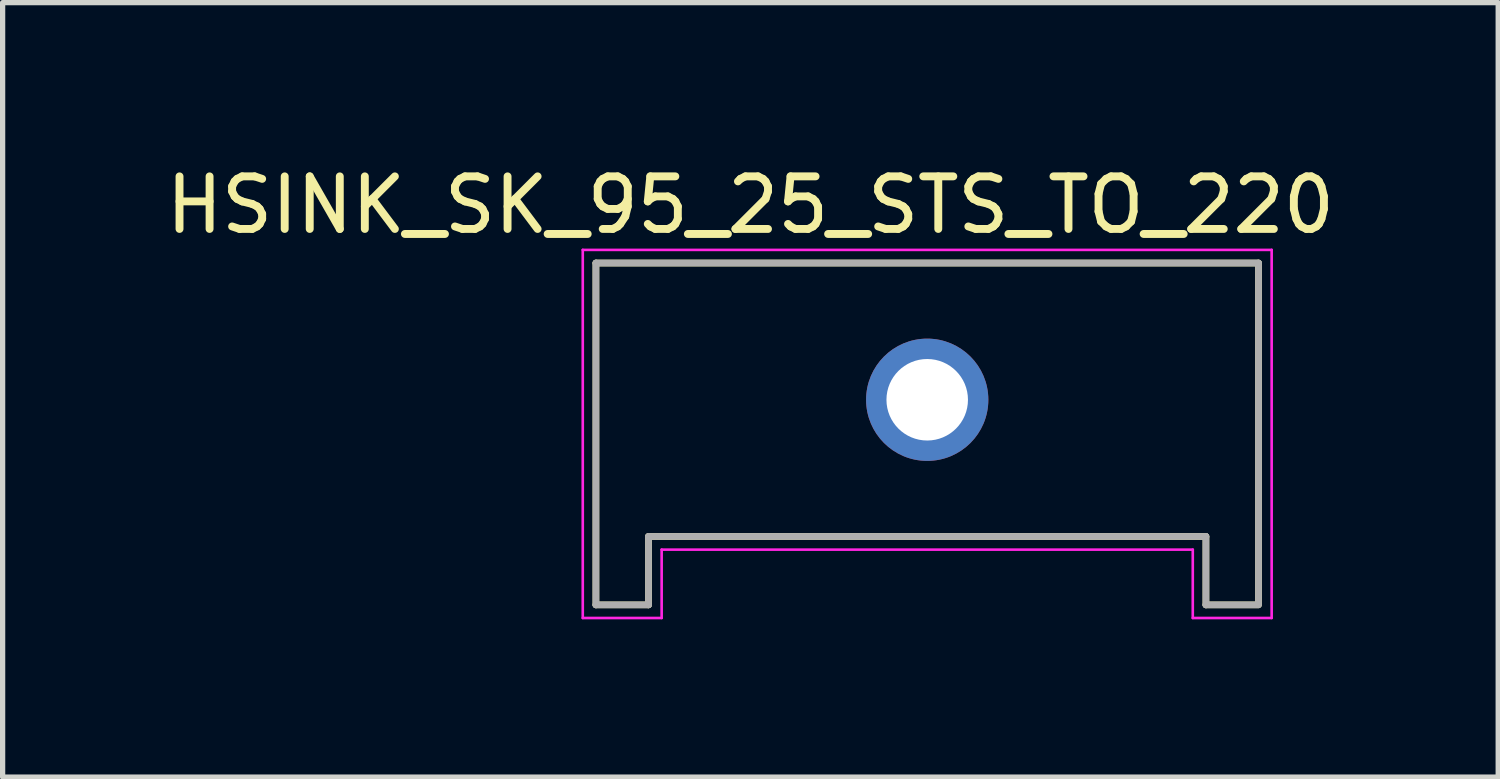
<source format=kicad_pcb>
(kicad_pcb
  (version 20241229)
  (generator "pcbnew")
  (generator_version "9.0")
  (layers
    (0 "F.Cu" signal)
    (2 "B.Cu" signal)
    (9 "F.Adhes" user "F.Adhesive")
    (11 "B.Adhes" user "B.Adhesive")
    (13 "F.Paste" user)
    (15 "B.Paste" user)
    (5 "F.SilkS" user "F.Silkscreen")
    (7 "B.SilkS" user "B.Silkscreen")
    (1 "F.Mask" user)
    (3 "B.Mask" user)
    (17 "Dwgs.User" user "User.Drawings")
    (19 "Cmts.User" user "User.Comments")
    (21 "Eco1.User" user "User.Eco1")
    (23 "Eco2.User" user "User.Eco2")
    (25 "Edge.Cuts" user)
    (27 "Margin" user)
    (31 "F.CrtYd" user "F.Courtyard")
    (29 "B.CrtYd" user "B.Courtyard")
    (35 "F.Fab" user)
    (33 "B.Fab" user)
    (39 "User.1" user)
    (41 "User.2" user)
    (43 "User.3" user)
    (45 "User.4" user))
  (footprint "HSINK_SK_95_25_STS_TO_220"
    (layer "F.Cu")
    (at 14.582 4.552)
    (property "Reference" "HSINK_SK_95_25_STS_TO_220" (at -3.361 -3.703 0) (layer "F.SilkS") (effects (font (size 1 1) (thickness 0.15))))
    (attr through_hole)
    (fp_line (start -6.3 -2.6) (end 6.3 -2.6) (stroke (width 0.127) (type solid)) (layer "F.SilkS"))
    (fp_line (start -6.3 3.9) (end -6.3 -2.6) (stroke (width 0.127) (type solid)) (layer "F.SilkS"))
    (fp_line (start -5.3 2.6) (end 5.3 2.6) (stroke (width 0.127) (type solid)) (layer "F.SilkS"))
    (fp_line (start -5.3 3.9) (end -6.3 3.9) (stroke (width 0.127) (type solid)) (layer "F.SilkS"))
    (fp_line (start -5.3 3.9) (end -5.3 2.6) (stroke (width 0.127) (type solid)) (layer "F.SilkS"))
    (fp_line (start 5.3 3.9) (end 5.3 2.6) (stroke (width 0.127) (type solid)) (layer "F.SilkS"))
    (fp_line (start 5.3 3.9) (end 6.3 3.9) (stroke (width 0.127) (type solid)) (layer "F.SilkS"))
    (fp_line (start 6.3 -2.6) (end 6.3 3.87) (stroke (width 0.127) (type solid)) (layer "F.SilkS"))
    (fp_line (start -6.55 -2.85) (end -6.55 4.15) (stroke (width 0.05) (type solid)) (layer "F.CrtYd"))
    (fp_line (start -6.55 -2.85) (end 6.55 -2.85) (stroke (width 0.05) (type solid)) (layer "F.CrtYd"))
    (fp_line (start -6.55 4.15) (end -5.05 4.15) (stroke (width 0.05) (type solid)) (layer "F.CrtYd"))
    (fp_line (start -5.05 2.85) (end 5.05 2.85) (stroke (width 0.05) (type solid)) (layer "F.CrtYd"))
    (fp_line (start -5.05 4.15) (end -5.05 2.85) (stroke (width 0.05) (type solid)) (layer "F.CrtYd"))
    (fp_line (start 5.05 4.15) (end 5.05 2.85) (stroke (width 0.05) (type solid)) (layer "F.CrtYd"))
    (fp_line (start 5.05 4.15) (end 6.55 4.15) (stroke (width 0.05) (type solid)) (layer "F.CrtYd"))
    (fp_line (start 6.55 4.15) (end 6.55 -2.85) (stroke (width 0.05) (type solid)) (layer "F.CrtYd"))
    (fp_line (start -6.3 -2.6) (end 6.3 -2.6) (stroke (width 0.127) (type solid)) (layer "F.Fab"))
    (fp_line (start -6.3 3.9) (end -6.3 -2.6) (stroke (width 0.127) (type solid)) (layer "F.Fab"))
    (fp_line (start -5.3 2.6) (end 5.3 2.6) (stroke (width 0.127) (type solid)) (layer "F.Fab"))
    (fp_line (start -5.3 3.9) (end -6.3 3.9) (stroke (width 0.127) (type solid)) (layer "F.Fab"))
    (fp_line (start -5.3 3.9) (end -5.3 2.6) (stroke (width 0.127) (type solid)) (layer "F.Fab"))
    (fp_line (start 5.3 3.9) (end 5.3 2.6) (stroke (width 0.127) (type solid)) (layer "F.Fab"))
    (fp_line (start 5.3 3.9) (end 6.3 3.9) (stroke (width 0.127) (type solid)) (layer "F.Fab"))
    (fp_line (start 6.3 -2.6) (end 6.3 3.87) (stroke (width 0.127) (type solid)) (layer "F.Fab"))
    (pad "1" thru_hole circle (at 0 0) (size 2.325 2.325) (drill 1.55) (layers "*.Cu" "*.Mask")))
  (gr_rect
    (start -3 -3)
    (end 25.44 11.727)
    (stroke (width 0.1) (type default))
    (fill no)
    (layer "Edge.Cuts")))
</source>
